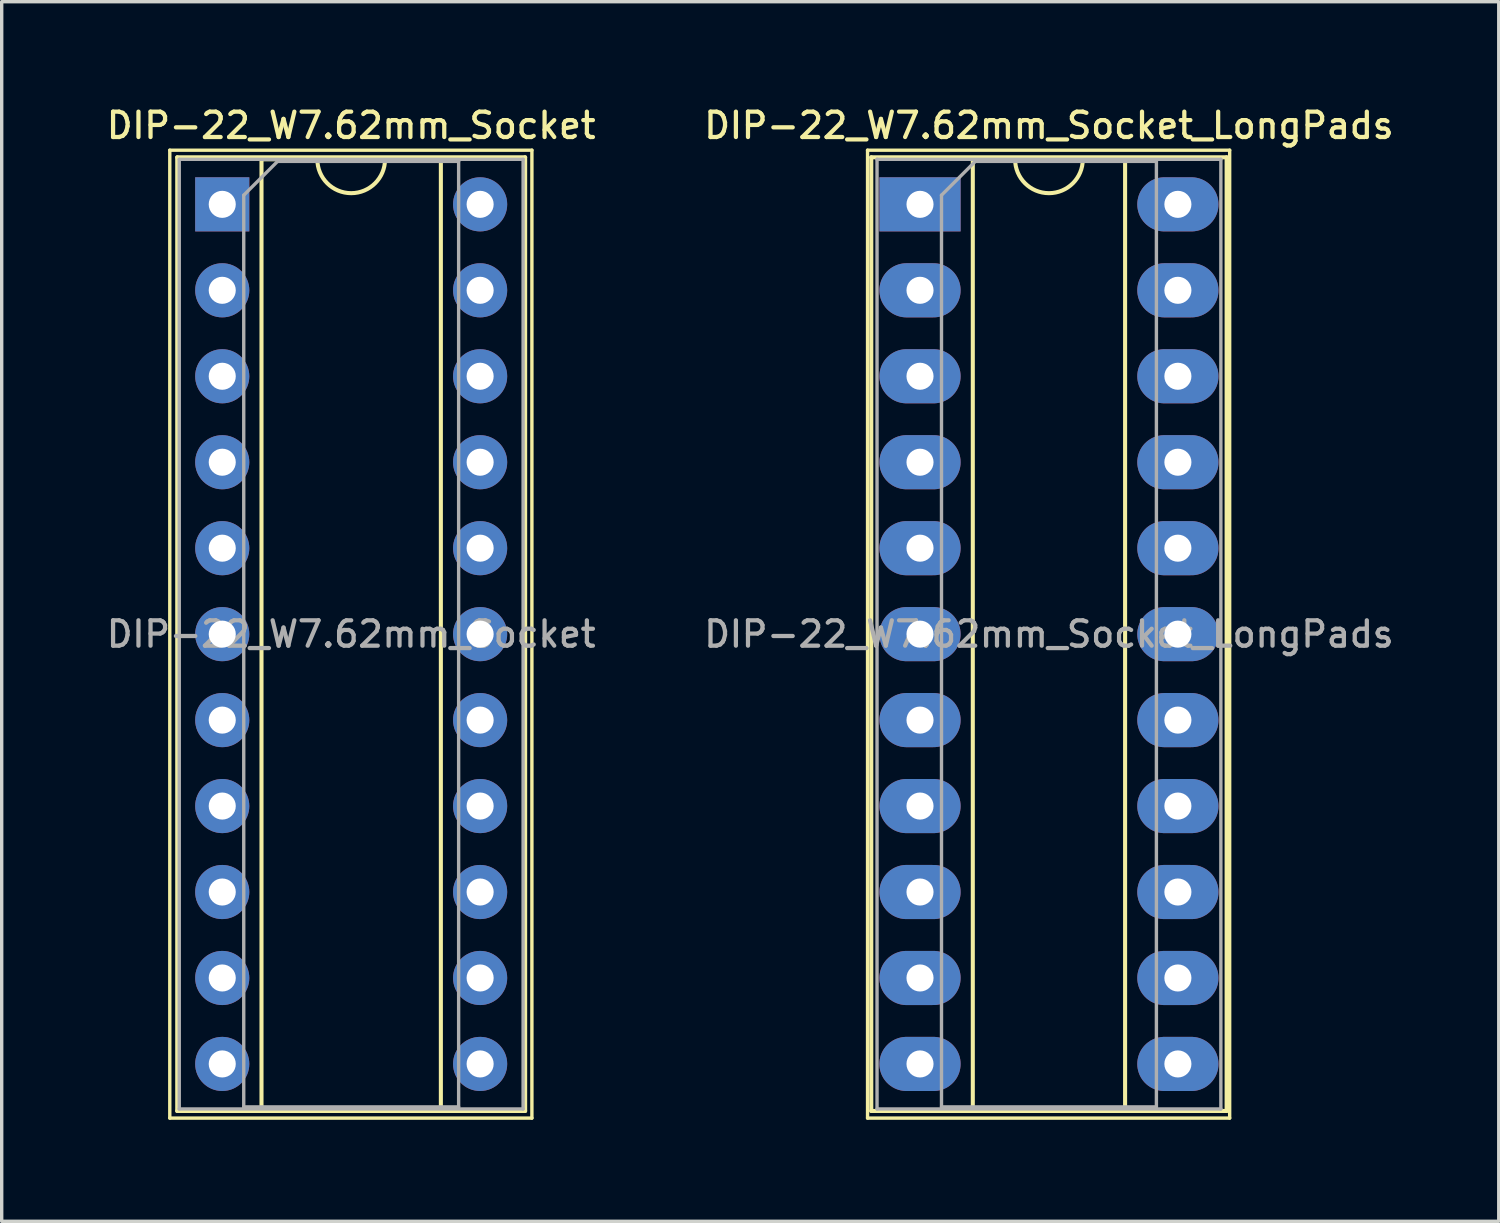
<source format=kicad_pcb>
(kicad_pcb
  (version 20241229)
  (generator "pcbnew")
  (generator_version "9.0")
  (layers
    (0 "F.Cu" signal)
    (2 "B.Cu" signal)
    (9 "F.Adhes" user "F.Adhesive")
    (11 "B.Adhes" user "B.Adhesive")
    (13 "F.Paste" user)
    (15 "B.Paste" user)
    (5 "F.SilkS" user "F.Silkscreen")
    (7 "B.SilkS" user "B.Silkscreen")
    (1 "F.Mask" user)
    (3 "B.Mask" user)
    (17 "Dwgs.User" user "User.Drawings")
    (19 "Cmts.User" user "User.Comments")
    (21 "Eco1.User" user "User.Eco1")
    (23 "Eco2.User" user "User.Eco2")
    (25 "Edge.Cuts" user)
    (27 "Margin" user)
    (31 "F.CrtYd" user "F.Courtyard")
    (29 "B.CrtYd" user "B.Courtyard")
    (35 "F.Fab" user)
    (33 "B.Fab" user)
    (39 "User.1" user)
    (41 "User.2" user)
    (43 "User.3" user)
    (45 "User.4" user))
  (footprint "DIP-22_W7.62mm_Socket_LongPads"
    (layer "F.Cu")
    (at 24.135 2.988)
    (property "Reference" "DIP-22_W7.62mm_Socket_LongPads" (at 3.81 -2.33 0) (layer "F.SilkS") (effects (font (size 0.75 0.75) (thickness 0.125))))
    (attr through_hole)
    (fp_line (start -1.55 -1.6) (end -1.55 27) (stroke (width 0.1) (type solid)) (layer "F.SilkS"))
    (fp_line (start -1.55 27) (end 9.15 27) (stroke (width 0.1) (type solid)) (layer "F.SilkS"))
    (fp_line (start -1.44 -1.39) (end -1.44 26.79) (stroke (width 0.12) (type solid)) (layer "F.SilkS"))
    (fp_line (start -1.44 26.79) (end 9.06 26.79) (stroke (width 0.12) (type solid)) (layer "F.SilkS"))
    (fp_line (start 1.56 -1.33) (end 1.56 26.73) (stroke (width 0.12) (type solid)) (layer "F.SilkS"))
    (fp_line (start 1.56 26.73) (end 6.06 26.73) (stroke (width 0.12) (type solid)) (layer "F.SilkS"))
    (fp_line (start 2.81 -1.33) (end 1.56 -1.33) (stroke (width 0.12) (type solid)) (layer "F.SilkS"))
    (fp_line (start 6.06 -1.33) (end 4.81 -1.33) (stroke (width 0.12) (type solid)) (layer "F.SilkS"))
    (fp_line (start 6.06 26.73) (end 6.06 -1.33) (stroke (width 0.12) (type solid)) (layer "F.SilkS"))
    (fp_line (start 9.06 -1.39) (end -1.44 -1.39) (stroke (width 0.12) (type solid)) (layer "F.SilkS"))
    (fp_line (start 9.06 26.79) (end 9.06 -1.39) (stroke (width 0.12) (type solid)) (layer "F.SilkS"))
    (fp_line (start 9.15 -1.6) (end -1.55 -1.6) (stroke (width 0.1) (type solid)) (layer "F.SilkS"))
    (fp_line (start 9.15 27) (end 9.15 -1.6) (stroke (width 0.1) (type solid)) (layer "F.SilkS"))
    (fp_arc (start 4.81 -1.33) (mid 3.81 -0.33) (end 2.81 -1.33) (stroke (width 0.12) (type solid)) (layer "F.SilkS"))
    (fp_line (start -1.27 -1.33) (end -1.27 26.73) (stroke (width 0.1) (type solid)) (layer "F.Fab"))
    (fp_line (start -1.27 26.73) (end 8.89 26.73) (stroke (width 0.1) (type solid)) (layer "F.Fab"))
    (fp_line (start 0.635 -0.27) (end 1.635 -1.27) (stroke (width 0.1) (type solid)) (layer "F.Fab"))
    (fp_line (start 0.635 26.67) (end 0.635 -0.27) (stroke (width 0.1) (type solid)) (layer "F.Fab"))
    (fp_line (start 1.635 -1.27) (end 6.985 -1.27) (stroke (width 0.1) (type solid)) (layer "F.Fab"))
    (fp_line (start 6.985 -1.27) (end 6.985 26.67) (stroke (width 0.1) (type solid)) (layer "F.Fab"))
    (fp_line (start 6.985 26.67) (end 0.635 26.67) (stroke (width 0.1) (type solid)) (layer "F.Fab"))
    (fp_line (start 8.89 -1.33) (end -1.27 -1.33) (stroke (width 0.1) (type solid)) (layer "F.Fab"))
    (fp_line (start 8.89 26.73) (end 8.89 -1.33) (stroke (width 0.1) (type solid)) (layer "F.Fab"))
    (fp_text user "${REFERENCE}" (at 3.81 12.7 0) (layer "F.Fab") (effects (font (size 0.75 0.75) (thickness 0.125))))
    (pad "1" thru_hole rect (at 0 0) (size 2.4 1.6) (drill 0.8) (layers "*.Cu" "*.Mask"))
    (pad "2" thru_hole oval (at 0 2.54) (size 2.4 1.6) (drill 0.8) (layers "*.Cu" "*.Mask"))
    (pad "3" thru_hole oval (at 0 5.08) (size 2.4 1.6) (drill 0.8) (layers "*.Cu" "*.Mask"))
    (pad "4" thru_hole oval (at 0 7.62) (size 2.4 1.6) (drill 0.8) (layers "*.Cu" "*.Mask"))
    (pad "5" thru_hole oval (at 0 10.16) (size 2.4 1.6) (drill 0.8) (layers "*.Cu" "*.Mask"))
    (pad "6" thru_hole oval (at 0 12.7) (size 2.4 1.6) (drill 0.8) (layers "*.Cu" "*.Mask"))
    (pad "7" thru_hole oval (at 0 15.24) (size 2.4 1.6) (drill 0.8) (layers "*.Cu" "*.Mask"))
    (pad "8" thru_hole oval (at 0 17.78) (size 2.4 1.6) (drill 0.8) (layers "*.Cu" "*.Mask"))
    (pad "9" thru_hole oval (at 0 20.32) (size 2.4 1.6) (drill 0.8) (layers "*.Cu" "*.Mask"))
    (pad "10" thru_hole oval (at 0 22.86) (size 2.4 1.6) (drill 0.8) (layers "*.Cu" "*.Mask"))
    (pad "11" thru_hole oval (at 0 25.4) (size 2.4 1.6) (drill 0.8) (layers "*.Cu" "*.Mask"))
    (pad "12" thru_hole oval (at 7.62 25.4) (size 2.4 1.6) (drill 0.8) (layers "*.Cu" "*.Mask"))
    (pad "13" thru_hole oval (at 7.62 22.86) (size 2.4 1.6) (drill 0.8) (layers "*.Cu" "*.Mask"))
    (pad "14" thru_hole oval (at 7.62 20.32) (size 2.4 1.6) (drill 0.8) (layers "*.Cu" "*.Mask"))
    (pad "15" thru_hole oval (at 7.62 17.78) (size 2.4 1.6) (drill 0.8) (layers "*.Cu" "*.Mask"))
    (pad "16" thru_hole oval (at 7.62 15.24) (size 2.4 1.6) (drill 0.8) (layers "*.Cu" "*.Mask"))
    (pad "17" thru_hole oval (at 7.62 12.7) (size 2.4 1.6) (drill 0.8) (layers "*.Cu" "*.Mask"))
    (pad "18" thru_hole oval (at 7.62 10.16) (size 2.4 1.6) (drill 0.8) (layers "*.Cu" "*.Mask"))
    (pad "19" thru_hole oval (at 7.62 7.62) (size 2.4 1.6) (drill 0.8) (layers "*.Cu" "*.Mask"))
    (pad "20" thru_hole oval (at 7.62 5.08) (size 2.4 1.6) (drill 0.8) (layers "*.Cu" "*.Mask"))
    (pad "21" thru_hole oval (at 7.62 2.54) (size 2.4 1.6) (drill 0.8) (layers "*.Cu" "*.Mask"))
    (pad "22" thru_hole oval (at 7.62 0) (size 2.4 1.6) (drill 0.8) (layers "*.Cu" "*.Mask")))
  (footprint "DIP-22_W7.62mm_Socket"
    (layer "F.Cu")
    (at 3.517 2.988)
    (property "Reference" "DIP-22_W7.62mm_Socket" (at 3.81 -2.33 0) (layer "F.SilkS") (effects (font (size 0.75 0.75) (thickness 0.125))))
    (attr through_hole)
    (fp_line (start -1.55 -1.6) (end -1.55 27) (stroke (width 0.1) (type solid)) (layer "F.SilkS"))
    (fp_line (start -1.55 27) (end 9.15 27) (stroke (width 0.1) (type solid)) (layer "F.SilkS"))
    (fp_line (start -1.33 -1.39) (end -1.33 26.79) (stroke (width 0.12) (type solid)) (layer "F.SilkS"))
    (fp_line (start -1.33 26.79) (end 8.95 26.79) (stroke (width 0.12) (type solid)) (layer "F.SilkS"))
    (fp_line (start 1.16 -1.33) (end 1.16 26.73) (stroke (width 0.12) (type solid)) (layer "F.SilkS"))
    (fp_line (start 1.16 26.73) (end 6.46 26.73) (stroke (width 0.12) (type solid)) (layer "F.SilkS"))
    (fp_line (start 2.81 -1.33) (end 1.16 -1.33) (stroke (width 0.12) (type solid)) (layer "F.SilkS"))
    (fp_line (start 6.46 -1.33) (end 4.81 -1.33) (stroke (width 0.12) (type solid)) (layer "F.SilkS"))
    (fp_line (start 6.46 26.73) (end 6.46 -1.33) (stroke (width 0.12) (type solid)) (layer "F.SilkS"))
    (fp_line (start 8.95 -1.39) (end -1.33 -1.39) (stroke (width 0.12) (type solid)) (layer "F.SilkS"))
    (fp_line (start 8.95 26.79) (end 8.95 -1.39) (stroke (width 0.12) (type solid)) (layer "F.SilkS"))
    (fp_line (start 9.15 -1.6) (end -1.55 -1.6) (stroke (width 0.1) (type solid)) (layer "F.SilkS"))
    (fp_line (start 9.15 27) (end 9.15 -1.6) (stroke (width 0.1) (type solid)) (layer "F.SilkS"))
    (fp_arc (start 4.81 -1.33) (mid 3.81 -0.33) (end 2.81 -1.33) (stroke (width 0.12) (type solid)) (layer "F.SilkS"))
    (fp_line (start -1.27 -1.33) (end -1.27 26.73) (stroke (width 0.1) (type solid)) (layer "F.Fab"))
    (fp_line (start -1.27 26.73) (end 8.89 26.73) (stroke (width 0.1) (type solid)) (layer "F.Fab"))
    (fp_line (start 0.635 -0.27) (end 1.635 -1.27) (stroke (width 0.1) (type solid)) (layer "F.Fab"))
    (fp_line (start 0.635 26.67) (end 0.635 -0.27) (stroke (width 0.1) (type solid)) (layer "F.Fab"))
    (fp_line (start 1.635 -1.27) (end 6.985 -1.27) (stroke (width 0.1) (type solid)) (layer "F.Fab"))
    (fp_line (start 6.985 -1.27) (end 6.985 26.67) (stroke (width 0.1) (type solid)) (layer "F.Fab"))
    (fp_line (start 6.985 26.67) (end 0.635 26.67) (stroke (width 0.1) (type solid)) (layer "F.Fab"))
    (fp_line (start 8.89 -1.33) (end -1.27 -1.33) (stroke (width 0.1) (type solid)) (layer "F.Fab"))
    (fp_line (start 8.89 26.73) (end 8.89 -1.33) (stroke (width 0.1) (type solid)) (layer "F.Fab"))
    (fp_text user "${REFERENCE}" (at 3.81 12.7 0) (layer "F.Fab") (effects (font (size 0.75 0.75) (thickness 0.125))))
    (pad "1" thru_hole rect (at 0 0) (size 1.6 1.6) (drill 0.8) (layers "*.Cu" "*.Mask"))
    (pad "2" thru_hole oval (at 0 2.54) (size 1.6 1.6) (drill 0.8) (layers "*.Cu" "*.Mask"))
    (pad "3" thru_hole oval (at 0 5.08) (size 1.6 1.6) (drill 0.8) (layers "*.Cu" "*.Mask"))
    (pad "4" thru_hole oval (at 0 7.62) (size 1.6 1.6) (drill 0.8) (layers "*.Cu" "*.Mask"))
    (pad "5" thru_hole oval (at 0 10.16) (size 1.6 1.6) (drill 0.8) (layers "*.Cu" "*.Mask"))
    (pad "6" thru_hole oval (at 0 12.7) (size 1.6 1.6) (drill 0.8) (layers "*.Cu" "*.Mask"))
    (pad "7" thru_hole oval (at 0 15.24) (size 1.6 1.6) (drill 0.8) (layers "*.Cu" "*.Mask"))
    (pad "8" thru_hole oval (at 0 17.78) (size 1.6 1.6) (drill 0.8) (layers "*.Cu" "*.Mask"))
    (pad "9" thru_hole oval (at 0 20.32) (size 1.6 1.6) (drill 0.8) (layers "*.Cu" "*.Mask"))
    (pad "10" thru_hole oval (at 0 22.86) (size 1.6 1.6) (drill 0.8) (layers "*.Cu" "*.Mask"))
    (pad "11" thru_hole oval (at 0 25.4) (size 1.6 1.6) (drill 0.8) (layers "*.Cu" "*.Mask"))
    (pad "12" thru_hole oval (at 7.62 25.4) (size 1.6 1.6) (drill 0.8) (layers "*.Cu" "*.Mask"))
    (pad "13" thru_hole oval (at 7.62 22.86) (size 1.6 1.6) (drill 0.8) (layers "*.Cu" "*.Mask"))
    (pad "14" thru_hole oval (at 7.62 20.32) (size 1.6 1.6) (drill 0.8) (layers "*.Cu" "*.Mask"))
    (pad "15" thru_hole oval (at 7.62 17.78) (size 1.6 1.6) (drill 0.8) (layers "*.Cu" "*.Mask"))
    (pad "16" thru_hole oval (at 7.62 15.24) (size 1.6 1.6) (drill 0.8) (layers "*.Cu" "*.Mask"))
    (pad "17" thru_hole oval (at 7.62 12.7) (size 1.6 1.6) (drill 0.8) (layers "*.Cu" "*.Mask"))
    (pad "18" thru_hole oval (at 7.62 10.16) (size 1.6 1.6) (drill 0.8) (layers "*.Cu" "*.Mask"))
    (pad "19" thru_hole oval (at 7.62 7.62) (size 1.6 1.6) (drill 0.8) (layers "*.Cu" "*.Mask"))
    (pad "20" thru_hole oval (at 7.62 5.08) (size 1.6 1.6) (drill 0.8) (layers "*.Cu" "*.Mask"))
    (pad "21" thru_hole oval (at 7.62 2.54) (size 1.6 1.6) (drill 0.8) (layers "*.Cu" "*.Mask"))
    (pad "22" thru_hole oval (at 7.62 0) (size 1.6 1.6) (drill 0.8) (layers "*.Cu" "*.Mask")))
  (gr_rect
    (start -3 -3)
    (end 41.236 33.038)
    (stroke (width 0.1) (type default))
    (fill no)
    (layer "Edge.Cuts")))
</source>
